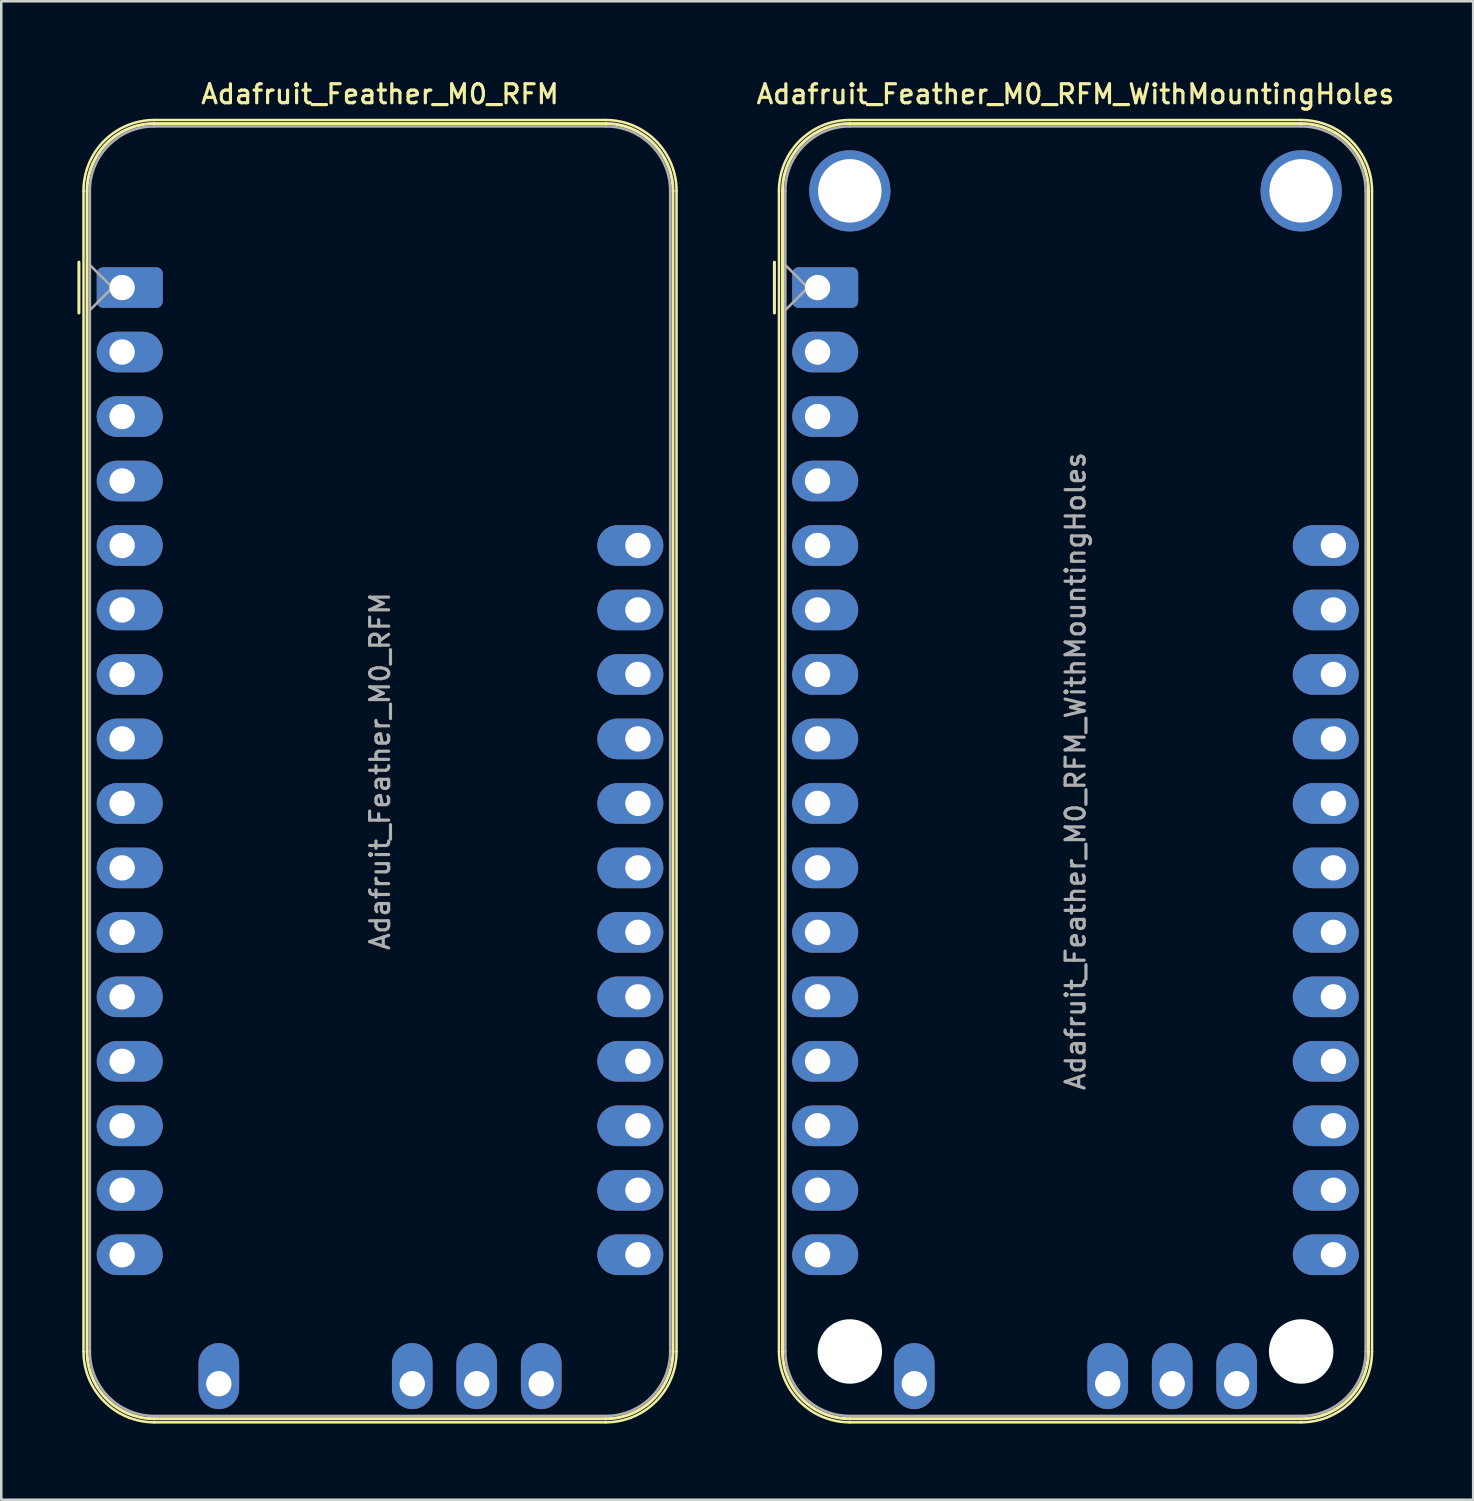
<source format=kicad_pcb>
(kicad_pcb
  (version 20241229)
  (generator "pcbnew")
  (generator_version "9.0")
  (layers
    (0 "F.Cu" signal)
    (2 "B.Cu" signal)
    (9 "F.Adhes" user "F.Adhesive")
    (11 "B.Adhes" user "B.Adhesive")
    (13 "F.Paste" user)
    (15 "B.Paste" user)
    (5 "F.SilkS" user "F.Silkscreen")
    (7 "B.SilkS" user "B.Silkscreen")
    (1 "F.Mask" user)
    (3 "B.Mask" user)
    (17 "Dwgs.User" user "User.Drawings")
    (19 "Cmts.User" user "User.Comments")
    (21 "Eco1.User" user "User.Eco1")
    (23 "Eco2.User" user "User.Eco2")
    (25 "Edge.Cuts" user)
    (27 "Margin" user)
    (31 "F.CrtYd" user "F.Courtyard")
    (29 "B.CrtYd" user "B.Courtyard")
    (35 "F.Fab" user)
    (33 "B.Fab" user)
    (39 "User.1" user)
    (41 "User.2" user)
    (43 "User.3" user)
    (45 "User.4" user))
  (footprint "Adafruit_Feather_M0_RFM"
    (layer "F.Cu")
    (at 1.76 8.278)
    (property "Reference" "Adafruit_Feather_M0_RFM" (at 10.16 -7.62 0) (layer "F.SilkS") (effects (font (size 0.75 0.75) (thickness 0.125))))
    (attr through_hole)
    (fp_line (start -1.7 1) (end -1.7 -1) (stroke (width 0.12) (type solid)) (layer "F.SilkS"))
    (fp_line (start -1.52 41.91) (end -1.52 -3.81) (stroke (width 0.1) (type solid)) (layer "F.SilkS"))
    (fp_line (start -1.38 -3.81) (end -1.38 41.91) (stroke (width 0.12) (type solid)) (layer "F.SilkS"))
    (fp_line (start 19.05 -6.6) (end 1.27 -6.6) (stroke (width 0.1) (type solid)) (layer "F.SilkS"))
    (fp_line (start 19.05 -6.46) (end 1.27 -6.46) (stroke (width 0.12) (type solid)) (layer "F.SilkS"))
    (fp_line (start 19.05 44.56) (end 1.27 44.56) (stroke (width 0.12) (type solid)) (layer "F.SilkS"))
    (fp_line (start 19.05 44.7) (end 1.27 44.7) (stroke (width 0.1) (type solid)) (layer "F.SilkS"))
    (fp_line (start 21.7 -3.81) (end 21.7 41.91) (stroke (width 0.12) (type solid)) (layer "F.SilkS"))
    (fp_line (start 21.84 41.91) (end 21.84 -3.81) (stroke (width 0.1) (type solid)) (layer "F.SilkS"))
    (fp_arc (start -1.52 -3.81) (mid -0.702828 -5.782828) (end 1.27 -6.6) (stroke (width 0.1) (type solid)) (layer "F.SilkS"))
    (fp_arc (start -1.38 -3.81) (mid -0.603833 -5.683833) (end 1.27 -6.46) (stroke (width 0.12) (type solid)) (layer "F.SilkS"))
    (fp_arc (start 1.27 44.56) (mid -0.603833 43.783833) (end -1.38 41.91) (stroke (width 0.12) (type solid)) (layer "F.SilkS"))
    (fp_arc (start 1.27 44.7) (mid -0.702828 43.882828) (end -1.52 41.91) (stroke (width 0.1) (type solid)) (layer "F.SilkS"))
    (fp_arc (start 19.05 -6.6) (mid 21.022828 -5.782828) (end 21.84 -3.81) (stroke (width 0.1) (type solid)) (layer "F.SilkS"))
    (fp_arc (start 19.05 -6.46) (mid 20.923833 -5.683833) (end 21.7 -3.81) (stroke (width 0.12) (type solid)) (layer "F.SilkS"))
    (fp_arc (start 21.7 41.91) (mid 20.923833 43.783833) (end 19.05 44.56) (stroke (width 0.12) (type solid)) (layer "F.SilkS"))
    (fp_arc (start 21.84 41.91) (mid 21.022828 43.882828) (end 19.05 44.7) (stroke (width 0.1) (type solid)) (layer "F.SilkS"))
    (fp_line (start -1.27 -3.81) (end -1.27 41.91) (stroke (width 0.1) (type solid)) (layer "F.Fab"))
    (fp_line (start -1.27 -0.889) (end -0.381 0) (stroke (width 0.1) (type solid)) (layer "F.Fab"))
    (fp_line (start -0.381 0) (end -1.27 0.889) (stroke (width 0.1) (type solid)) (layer "F.Fab"))
    (fp_line (start 1.27 44.45) (end 19.05 44.45) (stroke (width 0.1) (type solid)) (layer "F.Fab"))
    (fp_line (start 19.05 -6.35) (end 1.27 -6.35) (stroke (width 0.1) (type solid)) (layer "F.Fab"))
    (fp_line (start 21.59 41.91) (end 21.59 -3.81) (stroke (width 0.1) (type solid)) (layer "F.Fab"))
    (fp_arc (start -1.27 -3.81) (mid -0.526051 -5.606051) (end 1.27 -6.35) (stroke (width 0.1) (type solid)) (layer "F.Fab"))
    (fp_arc (start 1.221238 44.449532) (mid -0.543209 43.688728) (end -1.27 41.91) (stroke (width 0.1) (type solid)) (layer "F.Fab"))
    (fp_arc (start 19.05 -6.35) (mid 20.846051 -5.606051) (end 21.59 -3.81) (stroke (width 0.1) (type solid)) (layer "F.Fab"))
    (fp_arc (start 21.59 41.91) (mid 20.846051 43.706051) (end 19.05 44.45) (stroke (width 0.1) (type solid)) (layer "F.Fab"))
    (fp_text user "${REFERENCE}" (at 10.16 19.05 270) (layer "F.Fab") (effects (font (size 0.75 0.75) (thickness 0.125))))
    (pad "1" thru_hole roundrect (at 0 0) (size 2.6 1.6) (drill 1 (offset 0.3 0)) (layers "*.Cu" "*.Mask") (roundrect_rratio 0.156))
    (pad "2" thru_hole oval (at 0 2.54) (size 2.6 1.6) (drill 1 (offset 0.3 0)) (layers "*.Cu" "*.Mask"))
    (pad "3" thru_hole oval (at 0 5.08) (size 2.6 1.6) (drill 1 (offset 0.3 0)) (layers "*.Cu" "*.Mask"))
    (pad "4" thru_hole oval (at 0 7.62) (size 2.6 1.6) (drill 1 (offset 0.3 0)) (layers "*.Cu" "*.Mask"))
    (pad "5" thru_hole oval (at 0 10.16) (size 2.6 1.6) (drill 1 (offset 0.3 0)) (layers "*.Cu" "*.Mask"))
    (pad "6" thru_hole oval (at 0 12.7) (size 2.6 1.6) (drill 1 (offset 0.3 0)) (layers "*.Cu" "*.Mask"))
    (pad "7" thru_hole oval (at 0 15.24) (size 2.6 1.6) (drill 1 (offset 0.3 0)) (layers "*.Cu" "*.Mask"))
    (pad "8" thru_hole oval (at 0 17.78) (size 2.6 1.6) (drill 1 (offset 0.3 0)) (layers "*.Cu" "*.Mask"))
    (pad "9" thru_hole oval (at 0 20.32) (size 2.6 1.6) (drill 1 (offset 0.3 0)) (layers "*.Cu" "*.Mask"))
    (pad "10" thru_hole oval (at 0 22.86) (size 2.6 1.6) (drill 1 (offset 0.3 0)) (layers "*.Cu" "*.Mask"))
    (pad "11" thru_hole oval (at 0 25.4) (size 2.6 1.6) (drill 1 (offset 0.3 0)) (layers "*.Cu" "*.Mask"))
    (pad "12" thru_hole oval (at 0 27.94) (size 2.6 1.6) (drill 1 (offset 0.3 0)) (layers "*.Cu" "*.Mask"))
    (pad "13" thru_hole oval (at 0 30.48) (size 2.6 1.6) (drill 1 (offset 0.3 0)) (layers "*.Cu" "*.Mask"))
    (pad "14" thru_hole oval (at 0 33.02) (size 2.6 1.6) (drill 1 (offset 0.3 0)) (layers "*.Cu" "*.Mask"))
    (pad "15" thru_hole oval (at 0 35.56) (size 2.6 1.6) (drill 1 (offset 0.3 0)) (layers "*.Cu" "*.Mask"))
    (pad "16" thru_hole oval (at 0 38.1) (size 2.6 1.6) (drill 1 (offset 0.3 0)) (layers "*.Cu" "*.Mask"))
    (pad "17" thru_hole oval (at 20.32 38.1 180) (size 2.6 1.6) (drill 1 (offset 0.3 0)) (layers "*.Cu" "*.Mask"))
    (pad "18" thru_hole oval (at 20.32 35.56 180) (size 2.6 1.6) (drill 1 (offset 0.3 0)) (layers "*.Cu" "*.Mask"))
    (pad "19" thru_hole oval (at 20.32 33.02 180) (size 2.6 1.6) (drill 1 (offset 0.3 0)) (layers "*.Cu" "*.Mask"))
    (pad "20" thru_hole oval (at 20.32 30.48 180) (size 2.6 1.6) (drill 1 (offset 0.3 0)) (layers "*.Cu" "*.Mask"))
    (pad "21" thru_hole oval (at 20.32 27.94 180) (size 2.6 1.6) (drill 1 (offset 0.3 0)) (layers "*.Cu" "*.Mask"))
    (pad "22" thru_hole oval (at 20.32 25.4 180) (size 2.6 1.6) (drill 1 (offset 0.3 0)) (layers "*.Cu" "*.Mask"))
    (pad "23" thru_hole oval (at 20.32 22.86 180) (size 2.6 1.6) (drill 1 (offset 0.3 0)) (layers "*.Cu" "*.Mask"))
    (pad "24" thru_hole oval (at 20.32 20.32 180) (size 2.6 1.6) (drill 1 (offset 0.3 0)) (layers "*.Cu" "*.Mask"))
    (pad "25" thru_hole oval (at 20.32 17.78 180) (size 2.6 1.6) (drill 1 (offset 0.3 0)) (layers "*.Cu" "*.Mask"))
    (pad "26" thru_hole oval (at 20.32 15.24 180) (size 2.6 1.6) (drill 1 (offset 0.3 0)) (layers "*.Cu" "*.Mask"))
    (pad "27" thru_hole oval (at 20.32 12.7 180) (size 2.6 1.6) (drill 1 (offset 0.3 0)) (layers "*.Cu" "*.Mask"))
    (pad "28" thru_hole oval (at 20.32 10.16 180) (size 2.6 1.6) (drill 1 (offset 0.3 0)) (layers "*.Cu" "*.Mask"))
    (pad "29" thru_hole oval (at 3.81 43.18 90) (size 2.6 1.6) (drill 1 (offset 0.3 0)) (layers "*.Cu" "*.Mask"))
    (pad "30" thru_hole oval (at 11.43 43.18 90) (size 2.6 1.6) (drill 1 (offset 0.3 0)) (layers "*.Cu" "*.Mask"))
    (pad "31" thru_hole oval (at 13.97 43.18 90) (size 2.6 1.6) (drill 1 (offset 0.3 0)) (layers "*.Cu" "*.Mask"))
    (pad "32" thru_hole oval (at 16.51 43.18 90) (size 2.6 1.6) (drill 1 (offset 0.3 0)) (layers "*.Cu" "*.Mask")))
  (footprint "Adafruit_Feather_M0_RFM_WithMountingHoles"
    (layer "F.Cu")
    (at 29.156 8.278)
    (property "Reference" "Adafruit_Feather_M0_RFM_WithMountingHoles" (at 10.16 -7.62 0) (layer "F.SilkS") (effects (font (size 0.75 0.75) (thickness 0.125))))
    (attr through_hole)
    (fp_line (start -1.7 1) (end -1.7 -1) (stroke (width 0.12) (type solid)) (layer "F.SilkS"))
    (fp_line (start -1.52 41.91) (end -1.52 -3.81) (stroke (width 0.1) (type solid)) (layer "F.SilkS"))
    (fp_line (start -1.38 -3.81) (end -1.38 41.91) (stroke (width 0.12) (type solid)) (layer "F.SilkS"))
    (fp_line (start 19.05 -6.6) (end 1.27 -6.6) (stroke (width 0.1) (type solid)) (layer "F.SilkS"))
    (fp_line (start 19.05 -6.46) (end 1.27 -6.46) (stroke (width 0.12) (type solid)) (layer "F.SilkS"))
    (fp_line (start 19.05 44.56) (end 1.27 44.56) (stroke (width 0.12) (type solid)) (layer "F.SilkS"))
    (fp_line (start 19.05 44.7) (end 1.27 44.7) (stroke (width 0.1) (type solid)) (layer "F.SilkS"))
    (fp_line (start 21.7 -3.81) (end 21.7 41.91) (stroke (width 0.12) (type solid)) (layer "F.SilkS"))
    (fp_line (start 21.84 41.91) (end 21.84 -3.81) (stroke (width 0.1) (type solid)) (layer "F.SilkS"))
    (fp_arc (start -1.52 -3.81) (mid -0.702828 -5.782828) (end 1.27 -6.6) (stroke (width 0.1) (type solid)) (layer "F.SilkS"))
    (fp_arc (start -1.38 -3.81) (mid -0.603833 -5.683833) (end 1.27 -6.46) (stroke (width 0.12) (type solid)) (layer "F.SilkS"))
    (fp_arc (start 1.27 44.56) (mid -0.603833 43.783833) (end -1.38 41.91) (stroke (width 0.12) (type solid)) (layer "F.SilkS"))
    (fp_arc (start 1.27 44.7) (mid -0.702828 43.882828) (end -1.52 41.91) (stroke (width 0.1) (type solid)) (layer "F.SilkS"))
    (fp_arc (start 19.05 -6.6) (mid 21.022828 -5.782828) (end 21.84 -3.81) (stroke (width 0.1) (type solid)) (layer "F.SilkS"))
    (fp_arc (start 19.05 -6.46) (mid 20.923833 -5.683833) (end 21.7 -3.81) (stroke (width 0.12) (type solid)) (layer "F.SilkS"))
    (fp_arc (start 21.7 41.91) (mid 20.923833 43.783833) (end 19.05 44.56) (stroke (width 0.12) (type solid)) (layer "F.SilkS"))
    (fp_arc (start 21.84 41.91) (mid 21.022828 43.882828) (end 19.05 44.7) (stroke (width 0.1) (type solid)) (layer "F.SilkS"))
    (fp_line (start -1.27 -3.81) (end -1.27 41.91) (stroke (width 0.1) (type solid)) (layer "F.Fab"))
    (fp_line (start -1.27 -0.889) (end -0.381 0) (stroke (width 0.1) (type solid)) (layer "F.Fab"))
    (fp_line (start -0.381 0) (end -1.27 0.889) (stroke (width 0.1) (type solid)) (layer "F.Fab"))
    (fp_line (start 1.27 44.45) (end 19.05 44.45) (stroke (width 0.1) (type solid)) (layer "F.Fab"))
    (fp_line (start 19.05 -6.35) (end 1.27 -6.35) (stroke (width 0.1) (type solid)) (layer "F.Fab"))
    (fp_line (start 21.59 41.91) (end 21.59 -3.81) (stroke (width 0.1) (type solid)) (layer "F.Fab"))
    (fp_arc (start -1.27 -3.81) (mid -0.526051 -5.606051) (end 1.27 -6.35) (stroke (width 0.1) (type solid)) (layer "F.Fab"))
    (fp_arc (start 1.221238 44.449532) (mid -0.543209 43.688728) (end -1.27 41.91) (stroke (width 0.1) (type solid)) (layer "F.Fab"))
    (fp_arc (start 19.05 -6.35) (mid 20.846051 -5.606051) (end 21.59 -3.81) (stroke (width 0.1) (type solid)) (layer "F.Fab"))
    (fp_arc (start 21.59 41.91) (mid 20.846051 43.706051) (end 19.05 44.45) (stroke (width 0.1) (type solid)) (layer "F.Fab"))
    (fp_text user "${REFERENCE}" (at 10.16 19.05 270) (layer "F.Fab") (effects (font (size 0.75 0.75) (thickness 0.125))))
    (pad "" np_thru_hole circle (at 1.27 -3.81 270) (size 3.2 3.2) (drill 2.5) (layers "*.Cu" "*.Mask"))
    (pad "" np_thru_hole circle (at 1.27 41.91 270) (size 2.54 2.54) (drill 2.54) (layers "*.Cu" "*.Mask"))
    (pad "" np_thru_hole circle (at 19.05 -3.81 270) (size 3.2 3.2) (drill 2.5) (layers "*.Cu" "*.Mask"))
    (pad "" np_thru_hole circle (at 19.05 41.91 270) (size 2.54 2.54) (drill 2.54) (layers "*.Cu" "*.Mask"))
    (pad "1" thru_hole roundrect (at 0 0) (size 2.6 1.6) (drill 1 (offset 0.3 0)) (layers "*.Cu" "*.Mask") (roundrect_rratio 0.156))
    (pad "2" thru_hole oval (at 0 2.54) (size 2.6 1.6) (drill 1 (offset 0.3 0)) (layers "*.Cu" "*.Mask"))
    (pad "3" thru_hole oval (at 0 5.08) (size 2.6 1.6) (drill 1 (offset 0.3 0)) (layers "*.Cu" "*.Mask"))
    (pad "4" thru_hole oval (at 0 7.62) (size 2.6 1.6) (drill 1 (offset 0.3 0)) (layers "*.Cu" "*.Mask"))
    (pad "5" thru_hole oval (at 0 10.16) (size 2.6 1.6) (drill 1 (offset 0.3 0)) (layers "*.Cu" "*.Mask"))
    (pad "6" thru_hole oval (at 0 12.7) (size 2.6 1.6) (drill 1 (offset 0.3 0)) (layers "*.Cu" "*.Mask"))
    (pad "7" thru_hole oval (at 0 15.24) (size 2.6 1.6) (drill 1 (offset 0.3 0)) (layers "*.Cu" "*.Mask"))
    (pad "8" thru_hole oval (at 0 17.78) (size 2.6 1.6) (drill 1 (offset 0.3 0)) (layers "*.Cu" "*.Mask"))
    (pad "9" thru_hole oval (at 0 20.32) (size 2.6 1.6) (drill 1 (offset 0.3 0)) (layers "*.Cu" "*.Mask"))
    (pad "10" thru_hole oval (at 0 22.86) (size 2.6 1.6) (drill 1 (offset 0.3 0)) (layers "*.Cu" "*.Mask"))
    (pad "11" thru_hole oval (at 0 25.4) (size 2.6 1.6) (drill 1 (offset 0.3 0)) (layers "*.Cu" "*.Mask"))
    (pad "12" thru_hole oval (at 0 27.94) (size 2.6 1.6) (drill 1 (offset 0.3 0)) (layers "*.Cu" "*.Mask"))
    (pad "13" thru_hole oval (at 0 30.48) (size 2.6 1.6) (drill 1 (offset 0.3 0)) (layers "*.Cu" "*.Mask"))
    (pad "14" thru_hole oval (at 0 33.02) (size 2.6 1.6) (drill 1 (offset 0.3 0)) (layers "*.Cu" "*.Mask"))
    (pad "15" thru_hole oval (at 0 35.56) (size 2.6 1.6) (drill 1 (offset 0.3 0)) (layers "*.Cu" "*.Mask"))
    (pad "16" thru_hole oval (at 0 38.1) (size 2.6 1.6) (drill 1 (offset 0.3 0)) (layers "*.Cu" "*.Mask"))
    (pad "17" thru_hole oval (at 20.32 38.1 180) (size 2.6 1.6) (drill 1 (offset 0.3 0)) (layers "*.Cu" "*.Mask"))
    (pad "18" thru_hole oval (at 20.32 35.56 180) (size 2.6 1.6) (drill 1 (offset 0.3 0)) (layers "*.Cu" "*.Mask"))
    (pad "19" thru_hole oval (at 20.32 33.02 180) (size 2.6 1.6) (drill 1 (offset 0.3 0)) (layers "*.Cu" "*.Mask"))
    (pad "20" thru_hole oval (at 20.32 30.48 180) (size 2.6 1.6) (drill 1 (offset 0.3 0)) (layers "*.Cu" "*.Mask"))
    (pad "21" thru_hole oval (at 20.32 27.94 180) (size 2.6 1.6) (drill 1 (offset 0.3 0)) (layers "*.Cu" "*.Mask"))
    (pad "22" thru_hole oval (at 20.32 25.4 180) (size 2.6 1.6) (drill 1 (offset 0.3 0)) (layers "*.Cu" "*.Mask"))
    (pad "23" thru_hole oval (at 20.32 22.86 180) (size 2.6 1.6) (drill 1 (offset 0.3 0)) (layers "*.Cu" "*.Mask"))
    (pad "24" thru_hole oval (at 20.32 20.32 180) (size 2.6 1.6) (drill 1 (offset 0.3 0)) (layers "*.Cu" "*.Mask"))
    (pad "25" thru_hole oval (at 20.32 17.78 180) (size 2.6 1.6) (drill 1 (offset 0.3 0)) (layers "*.Cu" "*.Mask"))
    (pad "26" thru_hole oval (at 20.32 15.24 180) (size 2.6 1.6) (drill 1 (offset 0.3 0)) (layers "*.Cu" "*.Mask"))
    (pad "27" thru_hole oval (at 20.32 12.7 180) (size 2.6 1.6) (drill 1 (offset 0.3 0)) (layers "*.Cu" "*.Mask"))
    (pad "28" thru_hole oval (at 20.32 10.16 180) (size 2.6 1.6) (drill 1 (offset 0.3 0)) (layers "*.Cu" "*.Mask"))
    (pad "29" thru_hole oval (at 3.81 43.18 90) (size 2.6 1.6) (drill 1 (offset 0.3 0)) (layers "*.Cu" "*.Mask"))
    (pad "30" thru_hole oval (at 11.43 43.18 90) (size 2.6 1.6) (drill 1 (offset 0.3 0)) (layers "*.Cu" "*.Mask"))
    (pad "31" thru_hole oval (at 13.97 43.18 90) (size 2.6 1.6) (drill 1 (offset 0.3 0)) (layers "*.Cu" "*.Mask"))
    (pad "32" thru_hole oval (at 16.51 43.18 90) (size 2.6 1.6) (drill 1 (offset 0.3 0)) (layers "*.Cu" "*.Mask")))
  (gr_rect
    (start -3 -3)
    (end 54.982 56.028)
    (stroke (width 0.1) (type default))
    (fill no)
    (layer "Edge.Cuts")))
</source>
